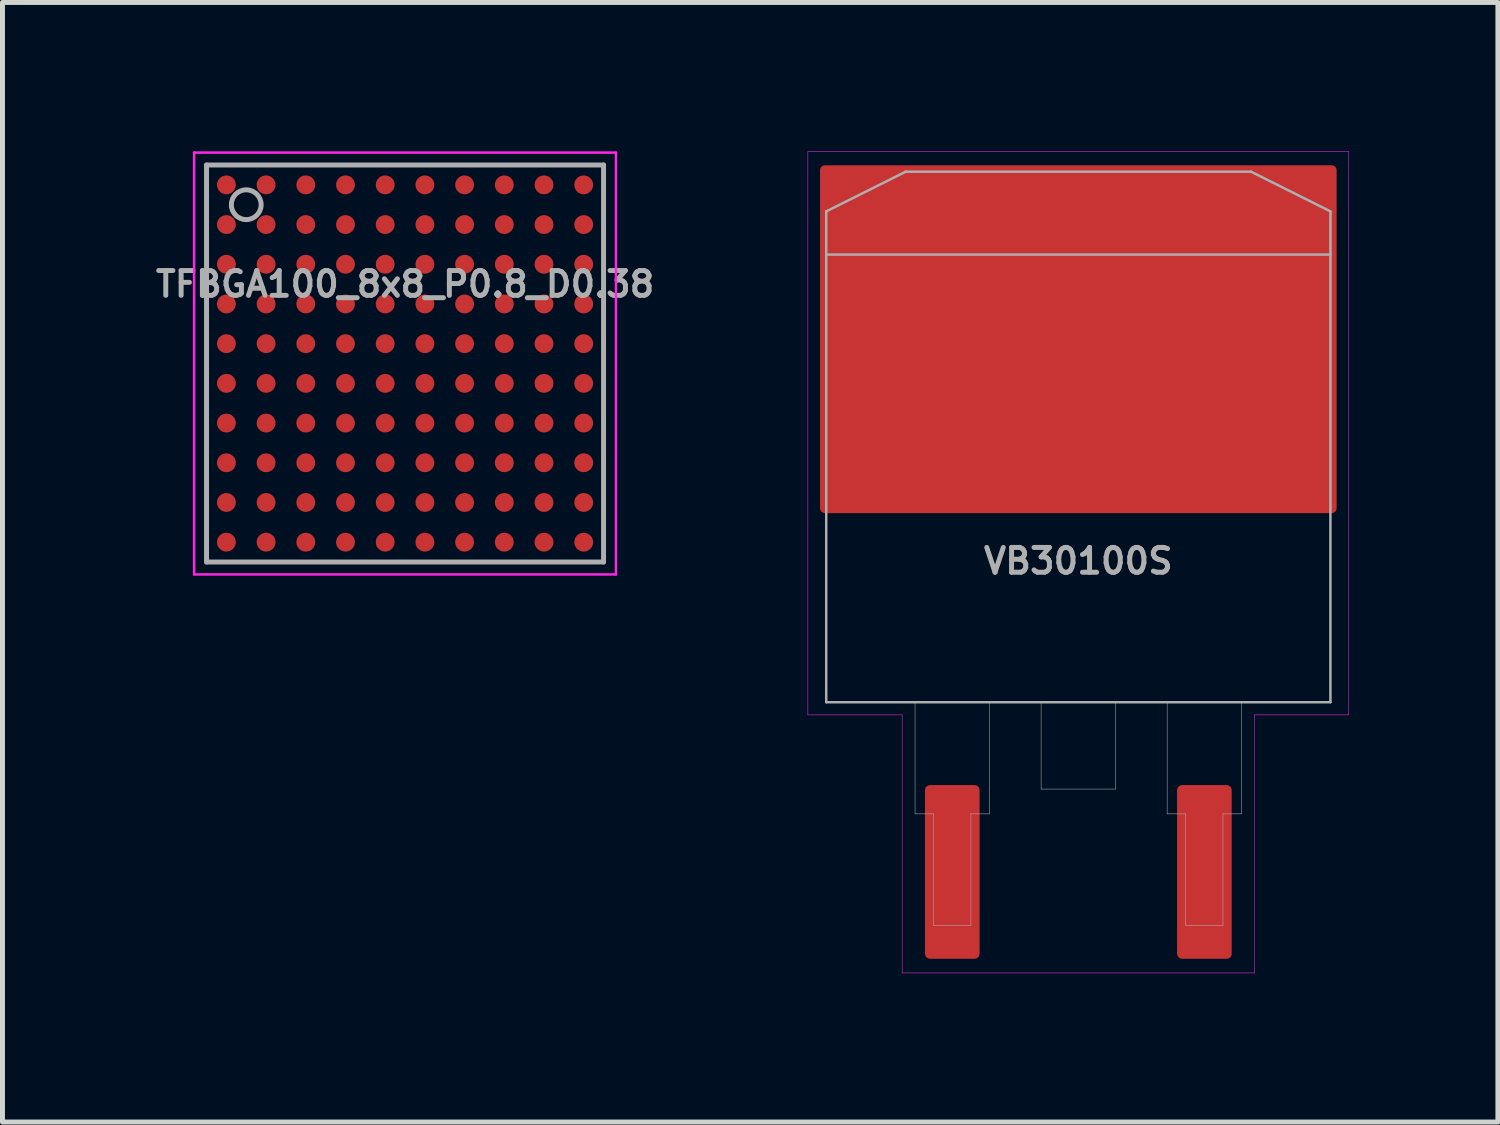
<source format=kicad_pcb>
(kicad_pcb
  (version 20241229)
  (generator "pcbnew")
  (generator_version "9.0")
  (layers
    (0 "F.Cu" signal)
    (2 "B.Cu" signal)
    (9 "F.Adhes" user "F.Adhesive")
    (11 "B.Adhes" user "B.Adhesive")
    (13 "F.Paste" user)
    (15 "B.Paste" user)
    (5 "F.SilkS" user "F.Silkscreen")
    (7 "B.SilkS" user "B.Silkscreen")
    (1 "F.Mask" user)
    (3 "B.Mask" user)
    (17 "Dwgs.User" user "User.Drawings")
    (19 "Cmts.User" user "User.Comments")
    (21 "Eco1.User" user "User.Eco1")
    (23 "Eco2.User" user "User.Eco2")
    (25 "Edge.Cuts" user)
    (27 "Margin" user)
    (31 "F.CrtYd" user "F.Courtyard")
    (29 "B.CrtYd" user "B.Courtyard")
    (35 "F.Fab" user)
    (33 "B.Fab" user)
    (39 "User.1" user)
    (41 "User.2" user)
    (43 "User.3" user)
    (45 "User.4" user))
  (footprint "TFBGA100_8x8_P0.8_D0.38"
    (layer "F.Cu")
    (at 5.112 4.275)
    (property "Reference" "TFBGA100_8x8_P0.8_D0.38" (at 0 -1.6 0) (layer "F.Fab") (effects (font (size 0.5 0.5) (thickness 0.1))))
    (attr smd)
    (fp_line (start -4.25 -4.25) (end 4.25 -4.25) (stroke (width 0.05) (type solid)) (layer "F.CrtYd"))
    (fp_line (start -4.25 4.25) (end -4.25 -4.25) (stroke (width 0.05) (type solid)) (layer "F.CrtYd"))
    (fp_line (start 4.25 -4.25) (end 4.25 4.25) (stroke (width 0.05) (type solid)) (layer "F.CrtYd"))
    (fp_line (start 4.25 4.25) (end -4.25 4.25) (stroke (width 0.05) (type solid)) (layer "F.CrtYd"))
    (fp_line (start -4 -4) (end -4 4) (stroke (width 0.1) (type solid)) (layer "F.Fab"))
    (fp_line (start -4 4) (end 4 4) (stroke (width 0.1) (type solid)) (layer "F.Fab"))
    (fp_line (start 4 -4) (end -4 -4) (stroke (width 0.1) (type solid)) (layer "F.Fab"))
    (fp_line (start 4 4) (end 4 -4) (stroke (width 0.1) (type solid)) (layer "F.Fab"))
    (fp_circle (center -3.2 -3.2) (end -2.9 -3.2) (stroke (width 0.1) (type solid)) (fill no) (layer "F.Fab"))
    (pad "A1" smd circle (at -3.6 -3.6) (size 0.38 0.38) (layers "F.Cu" "F.Mask" "F.Paste"))
    (pad "A2" smd circle (at -2.8 -3.6) (size 0.38 0.38) (layers "F.Cu" "F.Mask" "F.Paste"))
    (pad "A3" smd circle (at -2 -3.6) (size 0.38 0.38) (layers "F.Cu" "F.Mask" "F.Paste"))
    (pad "A4" smd circle (at -1.2 -3.6) (size 0.38 0.38) (layers "F.Cu" "F.Mask" "F.Paste"))
    (pad "A5" smd circle (at -0.4 -3.6) (size 0.38 0.38) (layers "F.Cu" "F.Mask" "F.Paste"))
    (pad "A6" smd circle (at 0.4 -3.6) (size 0.38 0.38) (layers "F.Cu" "F.Mask" "F.Paste"))
    (pad "A7" smd circle (at 1.2 -3.6) (size 0.38 0.38) (layers "F.Cu" "F.Mask" "F.Paste"))
    (pad "A8" smd circle (at 2 -3.6) (size 0.38 0.38) (layers "F.Cu" "F.Mask" "F.Paste"))
    (pad "A9" smd circle (at 2.8 -3.6) (size 0.38 0.38) (layers "F.Cu" "F.Mask" "F.Paste"))
    (pad "A10" smd circle (at 3.6 -3.6) (size 0.38 0.38) (layers "F.Cu" "F.Mask" "F.Paste"))
    (pad "B1" smd circle (at -3.6 -2.8) (size 0.38 0.38) (layers "F.Cu" "F.Mask" "F.Paste"))
    (pad "B2" smd circle (at -2.8 -2.8) (size 0.38 0.38) (layers "F.Cu" "F.Mask" "F.Paste"))
    (pad "B3" smd circle (at -2 -2.8) (size 0.38 0.38) (layers "F.Cu" "F.Mask" "F.Paste"))
    (pad "B4" smd circle (at -1.2 -2.8) (size 0.38 0.38) (layers "F.Cu" "F.Mask" "F.Paste"))
    (pad "B5" smd circle (at -0.4 -2.8) (size 0.38 0.38) (layers "F.Cu" "F.Mask" "F.Paste"))
    (pad "B6" smd circle (at 0.4 -2.8) (size 0.38 0.38) (layers "F.Cu" "F.Mask" "F.Paste"))
    (pad "B7" smd circle (at 1.2 -2.8) (size 0.38 0.38) (layers "F.Cu" "F.Mask" "F.Paste"))
    (pad "B8" smd circle (at 2 -2.8) (size 0.38 0.38) (layers "F.Cu" "F.Mask" "F.Paste"))
    (pad "B9" smd circle (at 2.8 -2.8) (size 0.38 0.38) (layers "F.Cu" "F.Mask" "F.Paste"))
    (pad "B10" smd circle (at 3.6 -2.8) (size 0.38 0.38) (layers "F.Cu" "F.Mask" "F.Paste"))
    (pad "C1" smd circle (at -3.6 -2) (size 0.38 0.38) (layers "F.Cu" "F.Mask" "F.Paste"))
    (pad "C2" smd circle (at -2.8 -2) (size 0.38 0.38) (layers "F.Cu" "F.Mask" "F.Paste"))
    (pad "C3" smd circle (at -2 -2) (size 0.38 0.38) (layers "F.Cu" "F.Mask" "F.Paste"))
    (pad "C4" smd circle (at -1.2 -2) (size 0.38 0.38) (layers "F.Cu" "F.Mask" "F.Paste"))
    (pad "C5" smd circle (at -0.4 -2) (size 0.38 0.38) (layers "F.Cu" "F.Mask" "F.Paste"))
    (pad "C6" smd circle (at 0.4 -2) (size 0.38 0.38) (layers "F.Cu" "F.Mask" "F.Paste"))
    (pad "C7" smd circle (at 1.2 -2) (size 0.38 0.38) (layers "F.Cu" "F.Mask" "F.Paste"))
    (pad "C8" smd circle (at 2 -2) (size 0.38 0.38) (layers "F.Cu" "F.Mask" "F.Paste"))
    (pad "C9" smd circle (at 2.8 -2) (size 0.38 0.38) (layers "F.Cu" "F.Mask" "F.Paste"))
    (pad "C10" smd circle (at 3.6 -2) (size 0.38 0.38) (layers "F.Cu" "F.Mask" "F.Paste"))
    (pad "D1" smd circle (at -3.6 -1.2) (size 0.38 0.38) (layers "F.Cu" "F.Mask" "F.Paste"))
    (pad "D2" smd circle (at -2.8 -1.2) (size 0.38 0.38) (layers "F.Cu" "F.Mask" "F.Paste"))
    (pad "D3" smd circle (at -2 -1.2) (size 0.38 0.38) (layers "F.Cu" "F.Mask" "F.Paste"))
    (pad "D4" smd circle (at -1.2 -1.2) (size 0.38 0.38) (layers "F.Cu" "F.Mask" "F.Paste"))
    (pad "D5" smd circle (at -0.4 -1.2) (size 0.38 0.38) (layers "F.Cu" "F.Mask" "F.Paste"))
    (pad "D6" smd circle (at 0.4 -1.2) (size 0.38 0.38) (layers "F.Cu" "F.Mask" "F.Paste"))
    (pad "D7" smd circle (at 1.2 -1.2) (size 0.38 0.38) (layers "F.Cu" "F.Mask" "F.Paste"))
    (pad "D8" smd circle (at 2 -1.2) (size 0.38 0.38) (layers "F.Cu" "F.Mask" "F.Paste"))
    (pad "D9" smd circle (at 2.8 -1.2) (size 0.38 0.38) (layers "F.Cu" "F.Mask" "F.Paste"))
    (pad "D10" smd circle (at 3.6 -1.2) (size 0.38 0.38) (layers "F.Cu" "F.Mask" "F.Paste"))
    (pad "E1" smd circle (at -3.6 -0.4) (size 0.38 0.38) (layers "F.Cu" "F.Mask" "F.Paste"))
    (pad "E2" smd circle (at -2.8 -0.4) (size 0.38 0.38) (layers "F.Cu" "F.Mask" "F.Paste"))
    (pad "E3" smd circle (at -2 -0.4) (size 0.38 0.38) (layers "F.Cu" "F.Mask" "F.Paste"))
    (pad "E4" smd circle (at -1.2 -0.4) (size 0.38 0.38) (layers "F.Cu" "F.Mask" "F.Paste"))
    (pad "E5" smd circle (at -0.4 -0.4) (size 0.38 0.38) (layers "F.Cu" "F.Mask" "F.Paste"))
    (pad "E6" smd circle (at 0.4 -0.4) (size 0.38 0.38) (layers "F.Cu" "F.Mask" "F.Paste"))
    (pad "E7" smd circle (at 1.2 -0.4) (size 0.38 0.38) (layers "F.Cu" "F.Mask" "F.Paste"))
    (pad "E8" smd circle (at 2 -0.4) (size 0.38 0.38) (layers "F.Cu" "F.Mask" "F.Paste"))
    (pad "E9" smd circle (at 2.8 -0.4) (size 0.38 0.38) (layers "F.Cu" "F.Mask" "F.Paste"))
    (pad "E10" smd circle (at 3.6 -0.4) (size 0.38 0.38) (layers "F.Cu" "F.Mask" "F.Paste"))
    (pad "F1" smd circle (at -3.6 0.4) (size 0.38 0.38) (layers "F.Cu" "F.Mask" "F.Paste"))
    (pad "F2" smd circle (at -2.8 0.4) (size 0.38 0.38) (layers "F.Cu" "F.Mask" "F.Paste"))
    (pad "F3" smd circle (at -2 0.4) (size 0.38 0.38) (layers "F.Cu" "F.Mask" "F.Paste"))
    (pad "F4" smd circle (at -1.2 0.4) (size 0.38 0.38) (layers "F.Cu" "F.Mask" "F.Paste"))
    (pad "F5" smd circle (at -0.4 0.4) (size 0.38 0.38) (layers "F.Cu" "F.Mask" "F.Paste"))
    (pad "F6" smd circle (at 0.4 0.4) (size 0.38 0.38) (layers "F.Cu" "F.Mask" "F.Paste"))
    (pad "F7" smd circle (at 1.2 0.4) (size 0.38 0.38) (layers "F.Cu" "F.Mask" "F.Paste"))
    (pad "F8" smd circle (at 2 0.4) (size 0.38 0.38) (layers "F.Cu" "F.Mask" "F.Paste"))
    (pad "F9" smd circle (at 2.8 0.4) (size 0.38 0.38) (layers "F.Cu" "F.Mask" "F.Paste"))
    (pad "F10" smd circle (at 3.6 0.4) (size 0.38 0.38) (layers "F.Cu" "F.Mask" "F.Paste"))
    (pad "G1" smd circle (at -3.6 1.2) (size 0.38 0.38) (layers "F.Cu" "F.Mask" "F.Paste"))
    (pad "G2" smd circle (at -2.8 1.2) (size 0.38 0.38) (layers "F.Cu" "F.Mask" "F.Paste"))
    (pad "G3" smd circle (at -2 1.2) (size 0.38 0.38) (layers "F.Cu" "F.Mask" "F.Paste"))
    (pad "G4" smd circle (at -1.2 1.2) (size 0.38 0.38) (layers "F.Cu" "F.Mask" "F.Paste"))
    (pad "G5" smd circle (at -0.4 1.2) (size 0.38 0.38) (layers "F.Cu" "F.Mask" "F.Paste"))
    (pad "G6" smd circle (at 0.4 1.2) (size 0.38 0.38) (layers "F.Cu" "F.Mask" "F.Paste"))
    (pad "G7" smd circle (at 1.2 1.2) (size 0.38 0.38) (layers "F.Cu" "F.Mask" "F.Paste"))
    (pad "G8" smd circle (at 2 1.2) (size 0.38 0.38) (layers "F.Cu" "F.Mask" "F.Paste"))
    (pad "G9" smd circle (at 2.8 1.2) (size 0.38 0.38) (layers "F.Cu" "F.Mask" "F.Paste"))
    (pad "G10" smd circle (at 3.6 1.2) (size 0.38 0.38) (layers "F.Cu" "F.Mask" "F.Paste"))
    (pad "H1" smd circle (at -3.6 2) (size 0.38 0.38) (layers "F.Cu" "F.Mask" "F.Paste"))
    (pad "H2" smd circle (at -2.8 2) (size 0.38 0.38) (layers "F.Cu" "F.Mask" "F.Paste"))
    (pad "H3" smd circle (at -2 2) (size 0.38 0.38) (layers "F.Cu" "F.Mask" "F.Paste"))
    (pad "H4" smd circle (at -1.2 2) (size 0.38 0.38) (layers "F.Cu" "F.Mask" "F.Paste"))
    (pad "H5" smd circle (at -0.4 2) (size 0.38 0.38) (layers "F.Cu" "F.Mask" "F.Paste"))
    (pad "H6" smd circle (at 0.4 2) (size 0.38 0.38) (layers "F.Cu" "F.Mask" "F.Paste"))
    (pad "H7" smd circle (at 1.2 2) (size 0.38 0.38) (layers "F.Cu" "F.Mask" "F.Paste"))
    (pad "H8" smd circle (at 2 2) (size 0.38 0.38) (layers "F.Cu" "F.Mask" "F.Paste"))
    (pad "H9" smd circle (at 2.8 2) (size 0.38 0.38) (layers "F.Cu" "F.Mask" "F.Paste"))
    (pad "H10" smd circle (at 3.6 2) (size 0.38 0.38) (layers "F.Cu" "F.Mask" "F.Paste"))
    (pad "J1" smd circle (at -3.6 2.8) (size 0.38 0.38) (layers "F.Cu" "F.Mask" "F.Paste"))
    (pad "J2" smd circle (at -2.8 2.8) (size 0.38 0.38) (layers "F.Cu" "F.Mask" "F.Paste"))
    (pad "J3" smd circle (at -2 2.8) (size 0.38 0.38) (layers "F.Cu" "F.Mask" "F.Paste"))
    (pad "J4" smd circle (at -1.2 2.8) (size 0.38 0.38) (layers "F.Cu" "F.Mask" "F.Paste"))
    (pad "J5" smd circle (at -0.4 2.8) (size 0.38 0.38) (layers "F.Cu" "F.Mask" "F.Paste"))
    (pad "J6" smd circle (at 0.4 2.8) (size 0.38 0.38) (layers "F.Cu" "F.Mask" "F.Paste"))
    (pad "J7" smd circle (at 1.2 2.8) (size 0.38 0.38) (layers "F.Cu" "F.Mask" "F.Paste"))
    (pad "J8" smd circle (at 2 2.8) (size 0.38 0.38) (layers "F.Cu" "F.Mask" "F.Paste"))
    (pad "J9" smd circle (at 2.8 2.8) (size 0.38 0.38) (layers "F.Cu" "F.Mask" "F.Paste"))
    (pad "J10" smd circle (at 3.6 2.8) (size 0.38 0.38) (layers "F.Cu" "F.Mask" "F.Paste"))
    (pad "K1" smd circle (at -3.6 3.6) (size 0.38 0.38) (layers "F.Cu" "F.Mask" "F.Paste"))
    (pad "K2" smd circle (at -2.8 3.6) (size 0.38 0.38) (layers "F.Cu" "F.Mask" "F.Paste"))
    (pad "K3" smd circle (at -2 3.6) (size 0.38 0.38) (layers "F.Cu" "F.Mask" "F.Paste"))
    (pad "K4" smd circle (at -1.2 3.6) (size 0.38 0.38) (layers "F.Cu" "F.Mask" "F.Paste"))
    (pad "K5" smd circle (at -0.4 3.6) (size 0.38 0.38) (layers "F.Cu" "F.Mask" "F.Paste"))
    (pad "K6" smd circle (at 0.4 3.6) (size 0.38 0.38) (layers "F.Cu" "F.Mask" "F.Paste"))
    (pad "K7" smd circle (at 1.2 3.6) (size 0.38 0.38) (layers "F.Cu" "F.Mask" "F.Paste"))
    (pad "K8" smd circle (at 2 3.6) (size 0.38 0.38) (layers "F.Cu" "F.Mask" "F.Paste"))
    (pad "K9" smd circle (at 2.8 3.6) (size 0.38 0.38) (layers "F.Cu" "F.Mask" "F.Paste"))
    (pad "K10" smd circle (at 3.6 3.6) (size 0.38 0.38) (layers "F.Cu" "F.Mask" "F.Paste")))
  (footprint "VB30100S"
    (layer "F.Cu")
    (at 18.679 5.755)
    (property "Reference" "VB30100S" (at 0 2.5 0) (layer "F.Fab") (effects (font (size 0.5 0.5) (thickness 0.1))))
    (attr smd)
    (fp_line (start -5.45 -5.75) (end 5.45 -5.75) (stroke (width 0.01) (type solid)) (layer "F.CrtYd"))
    (fp_line (start -5.45 5.6) (end -5.45 -5.75) (stroke (width 0.01) (type solid)) (layer "F.CrtYd"))
    (fp_line (start -3.55 5.6) (end -5.45 5.6) (stroke (width 0.01) (type solid)) (layer "F.CrtYd"))
    (fp_line (start -3.55 5.6) (end -3.55 10.8) (stroke (width 0.01) (type solid)) (layer "F.CrtYd"))
    (fp_line (start -3.55 10.8) (end 3.55 10.8) (stroke (width 0.01) (type solid)) (layer "F.CrtYd"))
    (fp_line (start 3.55 10.8) (end 3.55 5.6) (stroke (width 0.01) (type solid)) (layer "F.CrtYd"))
    (fp_line (start 5.45 -5.75) (end 5.45 5.6) (stroke (width 0.01) (type solid)) (layer "F.CrtYd"))
    (fp_line (start 5.45 5.6) (end 3.55 5.6) (stroke (width 0.01) (type solid)) (layer "F.CrtYd"))
    (fp_line (start -5.08 -4.545) (end -3.48 -5.345) (stroke (width 0.05) (type solid)) (layer "F.Fab"))
    (fp_line (start -5.08 -3.675) (end 5.08 -3.675) (stroke (width 0.05) (type solid)) (layer "F.Fab"))
    (fp_line (start -5.08 5.345) (end -5.08 -4.545) (stroke (width 0.05) (type solid)) (layer "F.Fab"))
    (fp_line (start -3.48 -5.345) (end 3.48 -5.345) (stroke (width 0.05) (type solid)) (layer "F.Fab"))
    (fp_line (start -3.29 5.345) (end -3.29 7.595) (stroke (width 0.01) (type solid)) (layer "F.Fab"))
    (fp_line (start -3.29 7.595) (end -2.915 7.595) (stroke (width 0.01) (type solid)) (layer "F.Fab"))
    (fp_line (start -2.915 7.595) (end -2.915 9.845) (stroke (width 0.01) (type solid)) (layer "F.Fab"))
    (fp_line (start -2.915 9.845) (end -2.165 9.845) (stroke (width 0.01) (type solid)) (layer "F.Fab"))
    (fp_line (start -2.165 7.595) (end -1.79 7.595) (stroke (width 0.01) (type solid)) (layer "F.Fab"))
    (fp_line (start -2.165 9.845) (end -2.165 7.595) (stroke (width 0.01) (type solid)) (layer "F.Fab"))
    (fp_line (start -1.79 7.595) (end -1.79 5.345) (stroke (width 0.01) (type solid)) (layer "F.Fab"))
    (fp_line (start -0.75 5.345) (end -0.75 7.095) (stroke (width 0.01) (type solid)) (layer "F.Fab"))
    (fp_line (start -0.75 7.095) (end 0.75 7.095) (stroke (width 0.01) (type solid)) (layer "F.Fab"))
    (fp_line (start 0.75 7.095) (end 0.75 5.345) (stroke (width 0.01) (type solid)) (layer "F.Fab"))
    (fp_line (start 1.79 5.345) (end 1.79 7.595) (stroke (width 0.01) (type solid)) (layer "F.Fab"))
    (fp_line (start 1.79 7.595) (end 2.165 7.595) (stroke (width 0.01) (type solid)) (layer "F.Fab"))
    (fp_line (start 2.165 7.595) (end 2.165 9.845) (stroke (width 0.01) (type solid)) (layer "F.Fab"))
    (fp_line (start 2.165 9.845) (end 2.915 9.845) (stroke (width 0.01) (type solid)) (layer "F.Fab"))
    (fp_line (start 2.915 7.595) (end 3.29 7.595) (stroke (width 0.01) (type solid)) (layer "F.Fab"))
    (fp_line (start 2.915 9.845) (end 2.915 7.595) (stroke (width 0.01) (type solid)) (layer "F.Fab"))
    (fp_line (start 3.29 7.595) (end 3.29 5.345) (stroke (width 0.01) (type solid)) (layer "F.Fab"))
    (fp_line (start 5.08 -4.545) (end 3.48 -5.345) (stroke (width 0.05) (type solid)) (layer "F.Fab"))
    (fp_line (start 5.08 -4.545) (end 5.08 5.345) (stroke (width 0.05) (type solid)) (layer "F.Fab"))
    (fp_line (start 5.08 5.345) (end -5.08 5.345) (stroke (width 0.05) (type solid)) (layer "F.Fab"))
    (pad "" smd roundrect (at -2.475 -3.598) (size 4.45 2.755) (layers "F.Paste") (roundrect_rratio 0.091))
    (pad "" smd roundrect (at -2.475 -0.343) (size 4.45 2.755) (layers "F.Paste") (roundrect_rratio 0.091))
    (pad "" smd roundrect (at 2.475 -3.598) (size 4.45 2.755) (layers "F.Paste") (roundrect_rratio 0.091))
    (pad "" smd roundrect (at 2.475 -0.343) (size 4.45 2.755) (layers "F.Paste") (roundrect_rratio 0.091))
    (pad "1" smd roundrect (at -2.54 8.765) (size 1.1 3.5) (layers "F.Cu" "F.Mask" "F.Paste") (roundrect_rratio 0.091))
    (pad "2" smd roundrect (at 0 -1.97) (size 10.41 7.01) (layers "F.Cu" "F.Mask") (roundrect_rratio 0.014))
    (pad "3" smd roundrect (at 2.54 8.765) (size 1.1 3.5) (layers "F.Cu" "F.Mask" "F.Paste") (roundrect_rratio 0.091)))
  (gr_rect
    (start -3 -3)
    (end 27.134 19.56)
    (stroke (width 0.1) (type default))
    (fill no)
    (layer "Edge.Cuts")))
</source>
